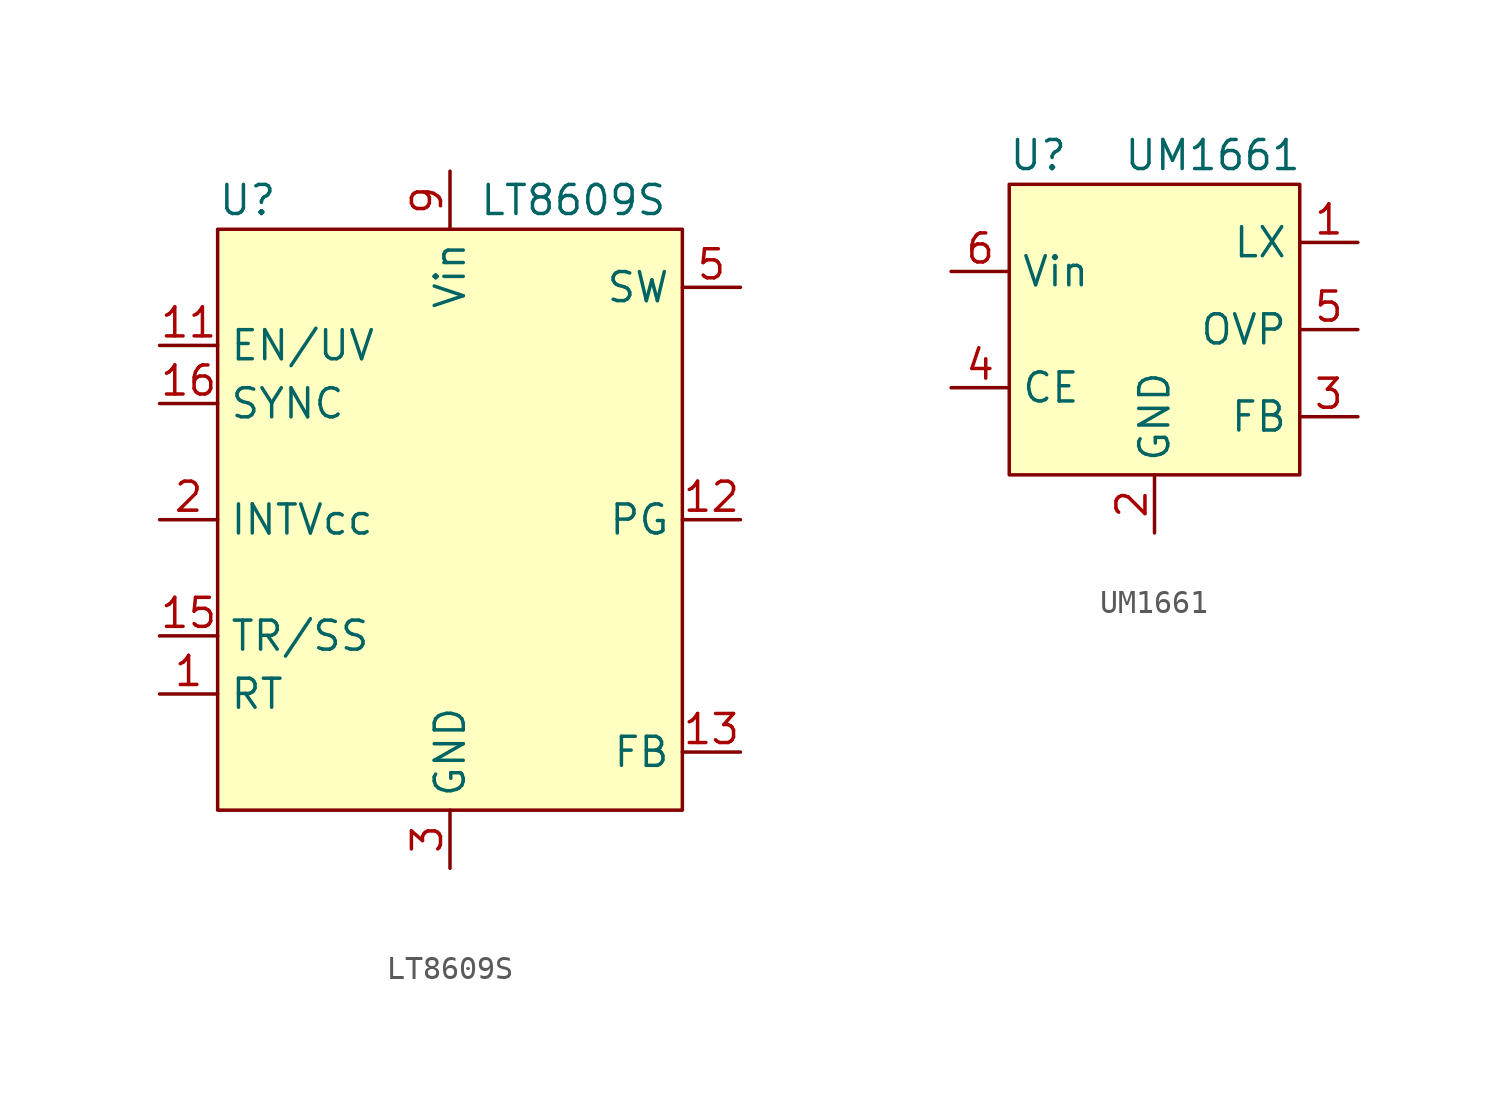
<source format=kicad_sym>
(kicad_symbol_lib
  (version 20210619)
  (generator kicad_symbol_editor)
  (symbol "LT8609S"
    (property "Reference" "U"
      (at -10.16 13.97 0)
      (effects (font (size 1.27 1.27)) (justify left)))
    (property "Value" "LT8609S"
      (at 1.27 13.97 0)
      (effects (font (size 1.27 1.27)) (justify left)))
    (symbol "LT8609S_0_1"
      (rectangle (start 10.16 -12.7) (end -10.16 12.7) (stroke (width 0)) (fill (type background))))
    (symbol "LT8609S_1_1"
      (pin input line (at -12.7 -7.62 0) (length 2.54) (name "RT" (effects (font (size 1.27 1.27)))) (number "1" (effects (font (size 1.27 1.27)))))
      (pin passive line (at 0 15.24 270) (length 2.54) hide (name "Vin" (effects (font (size 1.27 1.27)))) (number "10" (effects (font (size 1.27 1.27)))))
      (pin input line (at -12.7 7.62 0) (length 2.54) (name "EN/UV" (effects (font (size 1.27 1.27)))) (number "11" (effects (font (size 1.27 1.27)))))
      (pin input line (at 12.7 0 180) (length 2.54) (name "PG" (effects (font (size 1.27 1.27)))) (number "12" (effects (font (size 1.27 1.27)))))
      (pin input line (at 12.7 -10.16 180) (length 2.54) (name "FB" (effects (font (size 1.27 1.27)))) (number "13" (effects (font (size 1.27 1.27)))))
      (pin passive line (at 0 -15.24 90) (length 2.54) hide (name "GND" (effects (font (size 1.27 1.27)))) (number "14" (effects (font (size 1.27 1.27)))))
      (pin input line (at -12.7 -5.08 0) (length 2.54) (name "TR/SS" (effects (font (size 1.27 1.27)))) (number "15" (effects (font (size 1.27 1.27)))))
      (pin input line (at -12.7 5.08 0) (length 2.54) (name "SYNC" (effects (font (size 1.27 1.27)))) (number "16" (effects (font (size 1.27 1.27)))))
      (pin input line (at -12.7 0 0) (length 2.54) (name "INTVcc" (effects (font (size 1.27 1.27)))) (number "2" (effects (font (size 1.27 1.27)))))
      (pin power_in line (at 0 -15.24 90) (length 2.54) (name "GND" (effects (font (size 1.27 1.27)))) (number "3" (effects (font (size 1.27 1.27)))))
      (pin passive line (at 0 -15.24 90) (length 2.54) hide (name "GND" (effects (font (size 1.27 1.27)))) (number "4" (effects (font (size 1.27 1.27)))))
      (pin input line (at 12.7 10.16 180) (length 2.54) (name "SW" (effects (font (size 1.27 1.27)))) (number "5" (effects (font (size 1.27 1.27)))))
      (pin input line (at 12.7 10.16 180) (length 2.54) hide (name "SW" (effects (font (size 1.27 1.27)))) (number "6" (effects (font (size 1.27 1.27)))))
      (pin no_connect line (at 2.54 -15.24 90) (length 2.54) hide (name "N/C" (effects (font (size 1.27 1.27)))) (number "7" (effects (font (size 1.27 1.27)))))
      (pin passive line (at 0 -15.24 90) (length 2.54) hide (name "GND" (effects (font (size 1.27 1.27)))) (number "8" (effects (font (size 1.27 1.27)))))
      (pin power_in line (at 0 15.24 270) (length 2.54) (name "Vin" (effects (font (size 1.27 1.27)))) (number "9" (effects (font (size 1.27 1.27)))))))
  (symbol "UM1661"
    (property "Reference" "U"
      (at -5.08 7.62 0)
      (effects (font (size 1.27 1.27))))
    (property "Value" "UM1661"
      (at 2.54 7.62 0)
      (effects (font (size 1.27 1.27))))
    (symbol "UM1661_0_1"
      (rectangle (start -6.35 6.35) (end 6.35 -6.35) (stroke (width 0)) (fill (type background))))
    (symbol "UM1661_1_1"
      (pin output line (at 8.89 3.81 180) (length 2.54) (name "LX" (effects (font (size 1.27 1.27)))) (number "1" (effects (font (size 1.27 1.27)))))
      (pin power_in line (at 0 -8.89 90) (length 2.54) (name "GND" (effects (font (size 1.27 1.27)))) (number "2" (effects (font (size 1.27 1.27)))))
      (pin input line (at 8.89 -3.81 180) (length 2.54) (name "FB" (effects (font (size 1.27 1.27)))) (number "3" (effects (font (size 1.27 1.27)))))
      (pin input line (at -8.89 -2.54 0) (length 2.54) (name "CE" (effects (font (size 1.27 1.27)))) (number "4" (effects (font (size 1.27 1.27)))))
      (pin input line (at 8.89 0 180) (length 2.54) (name "OVP" (effects (font (size 1.27 1.27)))) (number "5" (effects (font (size 1.27 1.27)))))
      (pin power_in line (at -8.89 2.54 0) (length 2.54) (name "Vin" (effects (font (size 1.27 1.27)))) (number "6" (effects (font (size 1.27 1.27))))))))
</source>
